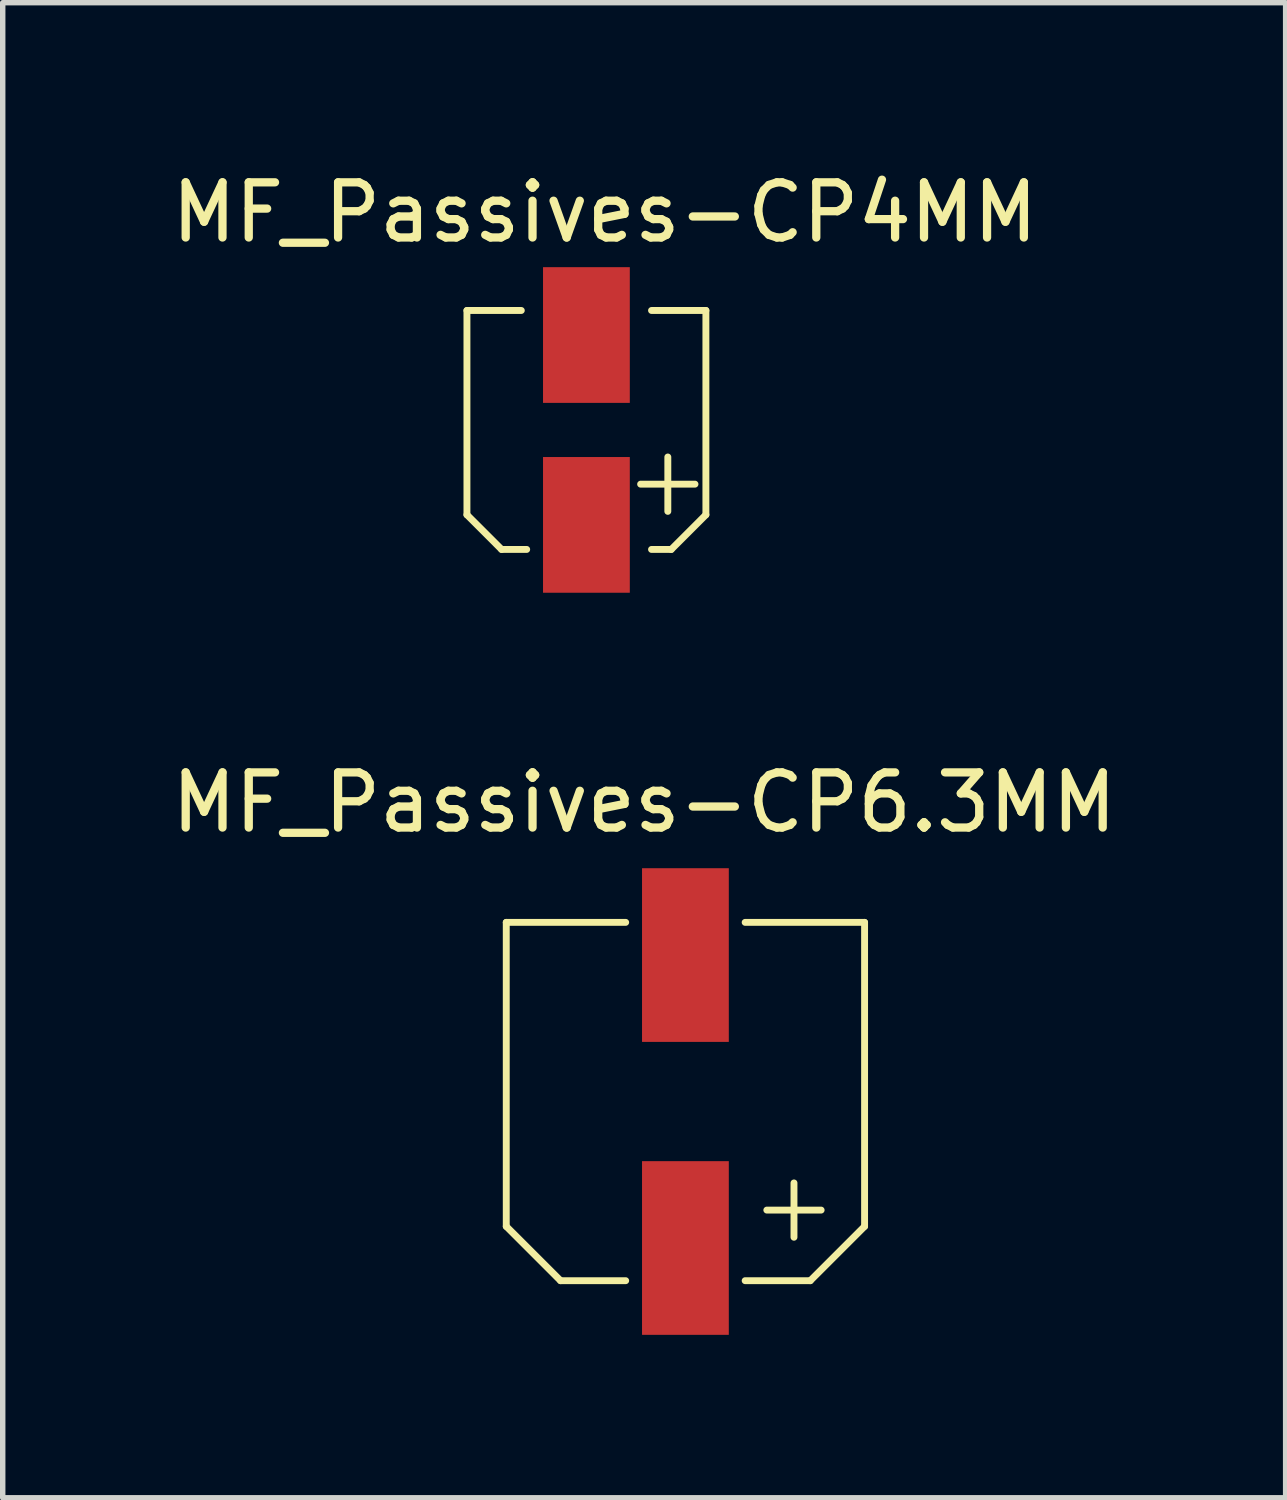
<source format=kicad_pcb>
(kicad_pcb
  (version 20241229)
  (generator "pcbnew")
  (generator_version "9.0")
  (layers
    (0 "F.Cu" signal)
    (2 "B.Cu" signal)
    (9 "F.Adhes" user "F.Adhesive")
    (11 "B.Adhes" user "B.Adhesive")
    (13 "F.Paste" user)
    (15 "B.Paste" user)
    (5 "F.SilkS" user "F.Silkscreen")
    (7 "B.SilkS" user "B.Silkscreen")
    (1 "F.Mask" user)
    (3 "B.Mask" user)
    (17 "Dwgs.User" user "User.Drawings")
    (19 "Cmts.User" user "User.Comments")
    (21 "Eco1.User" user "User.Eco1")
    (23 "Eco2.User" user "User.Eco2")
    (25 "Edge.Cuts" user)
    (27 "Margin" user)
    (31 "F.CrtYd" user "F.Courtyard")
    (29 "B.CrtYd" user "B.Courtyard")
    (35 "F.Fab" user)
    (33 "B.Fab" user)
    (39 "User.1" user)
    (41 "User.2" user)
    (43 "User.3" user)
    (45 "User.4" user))
  (footprint "MF_Passives-CP4MM"
    (layer "F.Cu")
    (at 7.748 4.867)
    (property "Reference" "MF_Passives-CP4MM" (at 0.338 -4.006 0) (layer "F.SilkS") (effects (font (size 1.016 1.016) (thickness 0.152))))
    (attr smd)
    (fp_line (start -2.2 -2.2) (end -2.2 1.562) (stroke (width 0.127) (type solid)) (layer "F.SilkS"))
    (fp_line (start -2.2 1.562) (end -1.562 2.2) (stroke (width 0.127) (type solid)) (layer "F.SilkS"))
    (fp_line (start -1.562 2.2) (end -1.1 2.2) (stroke (width 0.127) (type solid)) (layer "F.SilkS"))
    (fp_line (start -1.199 -2.2) (end -2.2 -2.2) (stroke (width 0.127) (type solid)) (layer "F.SilkS"))
    (fp_line (start 1.199 -2.2) (end 2.2 -2.2) (stroke (width 0.127) (type solid)) (layer "F.SilkS"))
    (fp_line (start 1.499 0.498) (end 1.499 1.499) (stroke (width 0.127) (type solid)) (layer "F.SilkS"))
    (fp_line (start 1.562 2.2) (end 1.199 2.2) (stroke (width 0.127) (type solid)) (layer "F.SilkS"))
    (fp_line (start 1.999 0.998) (end 0.998 0.998) (stroke (width 0.127) (type solid)) (layer "F.SilkS"))
    (fp_line (start 2.2 -2.2) (end 2.2 1.562) (stroke (width 0.127) (type solid)) (layer "F.SilkS"))
    (fp_line (start 2.2 1.562) (end 1.562 2.2) (stroke (width 0.127) (type solid)) (layer "F.SilkS"))
    (pad "1" smd rect (at 0 1.748 90) (size 2.499 1.598) (layers "F.Cu" "F.Mask" "F.Paste"))
    (pad "2" smd rect (at 0 -1.748 90) (size 2.499 1.598) (layers "F.Cu" "F.Mask" "F.Paste")))
  (footprint "MF_Passives-CP6.3MM"
    (layer "F.Cu")
    (at 9.571 17.233)
    (property "Reference" "MF_Passives-CP6.3MM" (at -0.759 -5.507 0) (layer "F.SilkS") (effects (font (size 1.016 1.016) (thickness 0.152))))
    (attr smd)
    (fp_line (start -3.299 -3.299) (end -3.299 2.299) (stroke (width 0.127) (type solid)) (layer "F.SilkS"))
    (fp_line (start -3.299 2.299) (end -2.299 3.299) (stroke (width 0.127) (type solid)) (layer "F.SilkS"))
    (fp_line (start -2.299 3.299) (end -1.1 3.299) (stroke (width 0.127) (type solid)) (layer "F.SilkS"))
    (fp_line (start -1.1 -3.299) (end -3.299 -3.299) (stroke (width 0.127) (type solid)) (layer "F.SilkS"))
    (fp_line (start 1.1 -3.299) (end 3.299 -3.299) (stroke (width 0.127) (type solid)) (layer "F.SilkS"))
    (fp_line (start 1.499 1.999) (end 2.499 1.999) (stroke (width 0.127) (type solid)) (layer "F.SilkS"))
    (fp_line (start 1.999 1.499) (end 1.999 2.499) (stroke (width 0.127) (type solid)) (layer "F.SilkS"))
    (fp_line (start 2.299 3.299) (end 1.1 3.299) (stroke (width 0.127) (type solid)) (layer "F.SilkS"))
    (fp_line (start 3.299 -3.299) (end 3.299 2.299) (stroke (width 0.127) (type solid)) (layer "F.SilkS"))
    (fp_line (start 3.299 2.299) (end 2.299 3.299) (stroke (width 0.127) (type solid)) (layer "F.SilkS"))
    (pad "1" smd rect (at 0 2.697 90) (size 3.198 1.598) (layers "F.Cu" "F.Mask" "F.Paste"))
    (pad "2" smd rect (at 0 -2.697 90) (size 3.198 1.598) (layers "F.Cu" "F.Mask" "F.Paste")))
  (gr_rect
    (start -3 -3)
    (end 20.623 24.53)
    (stroke (width 0.1) (type default))
    (fill no)
    (layer "Edge.Cuts")))
</source>
